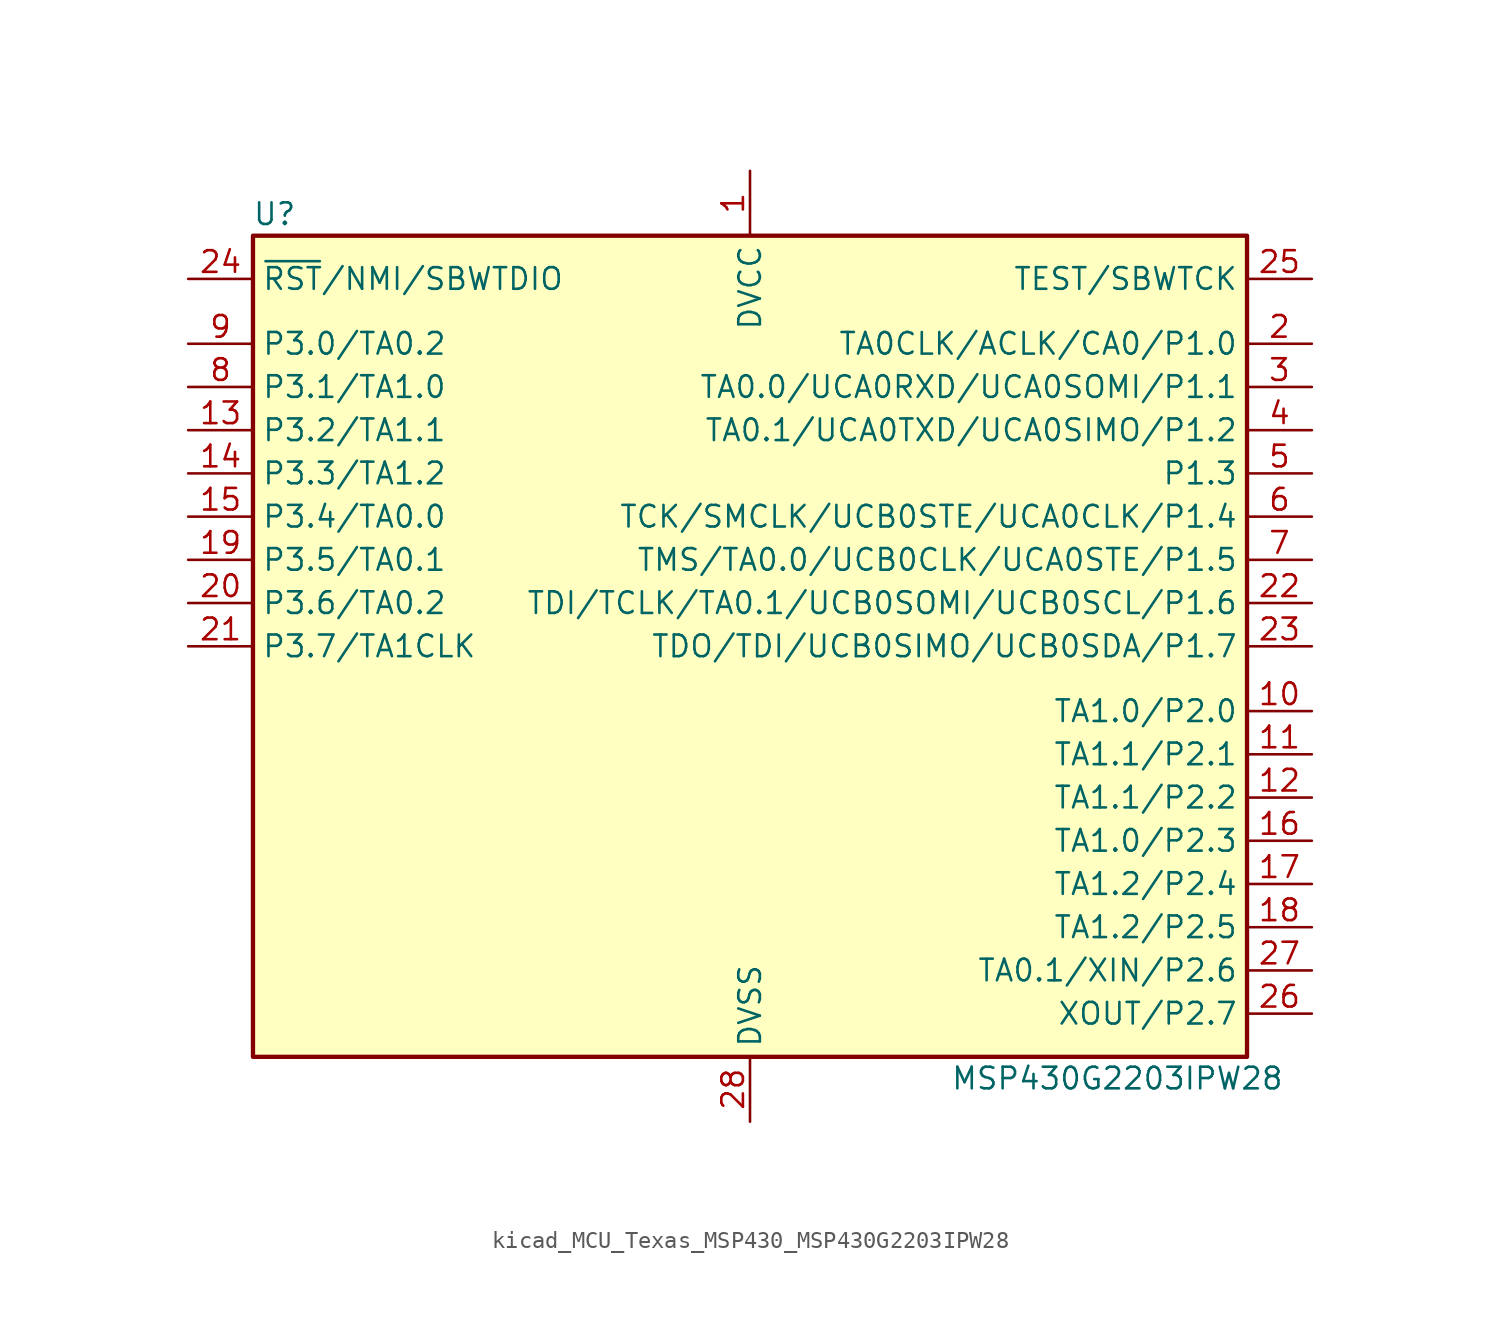
<source format=kicad_sym>
(kicad_symbol_lib
  (version 20220914)
  (generator kicad_symbol_editor)
  (symbol "kicad_MCU_Texas_MSP430_MSP430G2203IPW28"
    (property "Reference" "U"
      (at -27.94 25.4 0)
      (effects (font (size 1.27 1.27))))
    (property "Value" "MSP430G2203IPW28"
      (at 21.59 -25.4 0)
      (effects (font (size 1.27 1.27))))
    (symbol "kicad_MCU_Texas_MSP430_MSP430G2203IPW28_0_1"
      (rectangle (start -29.21 24.13) (end 29.21 -24.13) (stroke (width 0.254) (type default)) (fill (type background))))
    (symbol "kicad_MCU_Texas_MSP430_MSP430G2203IPW28_1_1"
      (pin power_in line (at 0 27.94 270) (length 3.81) (name "DVCC" (effects (font (size 1.27 1.27)))) (number "1" (effects (font (size 1.27 1.27)))))
      (pin bidirectional line (at 33.02 -3.81 180) (length 3.81) (name "TA1.0/P2.0" (effects (font (size 1.27 1.27)))) (number "10" (effects (font (size 1.27 1.27)))))
      (pin bidirectional line (at 33.02 -6.35 180) (length 3.81) (name "TA1.1/P2.1" (effects (font (size 1.27 1.27)))) (number "11" (effects (font (size 1.27 1.27)))))
      (pin bidirectional line (at 33.02 -8.89 180) (length 3.81) (name "TA1.1/P2.2" (effects (font (size 1.27 1.27)))) (number "12" (effects (font (size 1.27 1.27)))))
      (pin bidirectional line (at -33.02 12.7 0) (length 3.81) (name "P3.2/TA1.1" (effects (font (size 1.27 1.27)))) (number "13" (effects (font (size 1.27 1.27)))))
      (pin bidirectional line (at -33.02 10.16 0) (length 3.81) (name "P3.3/TA1.2" (effects (font (size 1.27 1.27)))) (number "14" (effects (font (size 1.27 1.27)))))
      (pin bidirectional line (at -33.02 7.62 0) (length 3.81) (name "P3.4/TA0.0" (effects (font (size 1.27 1.27)))) (number "15" (effects (font (size 1.27 1.27)))))
      (pin bidirectional line (at 33.02 -11.43 180) (length 3.81) (name "TA1.0/P2.3" (effects (font (size 1.27 1.27)))) (number "16" (effects (font (size 1.27 1.27)))))
      (pin bidirectional line (at 33.02 -13.97 180) (length 3.81) (name "TA1.2/P2.4" (effects (font (size 1.27 1.27)))) (number "17" (effects (font (size 1.27 1.27)))))
      (pin bidirectional line (at 33.02 -16.51 180) (length 3.81) (name "TA1.2/P2.5" (effects (font (size 1.27 1.27)))) (number "18" (effects (font (size 1.27 1.27)))))
      (pin bidirectional line (at -33.02 5.08 0) (length 3.81) (name "P3.5/TA0.1" (effects (font (size 1.27 1.27)))) (number "19" (effects (font (size 1.27 1.27)))))
      (pin bidirectional line (at 33.02 17.78 180) (length 3.81) (name "TA0CLK/ACLK/CA0/P1.0" (effects (font (size 1.27 1.27)))) (number "2" (effects (font (size 1.27 1.27)))))
      (pin bidirectional line (at -33.02 2.54 0) (length 3.81) (name "P3.6/TA0.2" (effects (font (size 1.27 1.27)))) (number "20" (effects (font (size 1.27 1.27)))))
      (pin bidirectional line (at -33.02 0 0) (length 3.81) (name "P3.7/TA1CLK" (effects (font (size 1.27 1.27)))) (number "21" (effects (font (size 1.27 1.27)))))
      (pin bidirectional line (at 33.02 2.54 180) (length 3.81) (name "TDI/TCLK/TA0.1/UCB0SOMI/UCB0SCL/P1.6" (effects (font (size 1.27 1.27)))) (number "22" (effects (font (size 1.27 1.27)))))
      (pin bidirectional line (at 33.02 0 180) (length 3.81) (name "TDO/TDI/UCB0SIMO/UCB0SDA/P1.7" (effects (font (size 1.27 1.27)))) (number "23" (effects (font (size 1.27 1.27)))))
      (pin input line (at -33.02 21.59 0) (length 3.81) (name "~{RST}/NMI/SBWTDIO" (effects (font (size 1.27 1.27)))) (number "24" (effects (font (size 1.27 1.27)))))
      (pin input line (at 33.02 21.59 180) (length 3.81) (name "TEST/SBWTCK" (effects (font (size 1.27 1.27)))) (number "25" (effects (font (size 1.27 1.27)))))
      (pin bidirectional line (at 33.02 -21.59 180) (length 3.81) (name "XOUT/P2.7" (effects (font (size 1.27 1.27)))) (number "26" (effects (font (size 1.27 1.27)))))
      (pin bidirectional line (at 33.02 -19.05 180) (length 3.81) (name "TA0.1/XIN/P2.6" (effects (font (size 1.27 1.27)))) (number "27" (effects (font (size 1.27 1.27)))))
      (pin power_in line (at 0 -27.94 90) (length 3.81) (name "DVSS" (effects (font (size 1.27 1.27)))) (number "28" (effects (font (size 1.27 1.27)))))
      (pin bidirectional line (at 33.02 15.24 180) (length 3.81) (name "TA0.0/UCA0RXD/UCA0SOMI/P1.1" (effects (font (size 1.27 1.27)))) (number "3" (effects (font (size 1.27 1.27)))))
      (pin bidirectional line (at 33.02 12.7 180) (length 3.81) (name "TA0.1/UCA0TXD/UCA0SIMO/P1.2" (effects (font (size 1.27 1.27)))) (number "4" (effects (font (size 1.27 1.27)))))
      (pin bidirectional line (at 33.02 10.16 180) (length 3.81) (name "P1.3" (effects (font (size 1.27 1.27)))) (number "5" (effects (font (size 1.27 1.27)))))
      (pin bidirectional line (at 33.02 7.62 180) (length 3.81) (name "TCK/SMCLK/UCB0STE/UCA0CLK/P1.4" (effects (font (size 1.27 1.27)))) (number "6" (effects (font (size 1.27 1.27)))))
      (pin bidirectional line (at 33.02 5.08 180) (length 3.81) (name "TMS/TA0.0/UCB0CLK/UCA0STE/P1.5" (effects (font (size 1.27 1.27)))) (number "7" (effects (font (size 1.27 1.27)))))
      (pin bidirectional line (at -33.02 15.24 0) (length 3.81) (name "P3.1/TA1.0" (effects (font (size 1.27 1.27)))) (number "8" (effects (font (size 1.27 1.27)))))
      (pin bidirectional line (at -33.02 17.78 0) (length 3.81) (name "P3.0/TA0.2" (effects (font (size 1.27 1.27)))) (number "9" (effects (font (size 1.27 1.27))))))))
</source>
